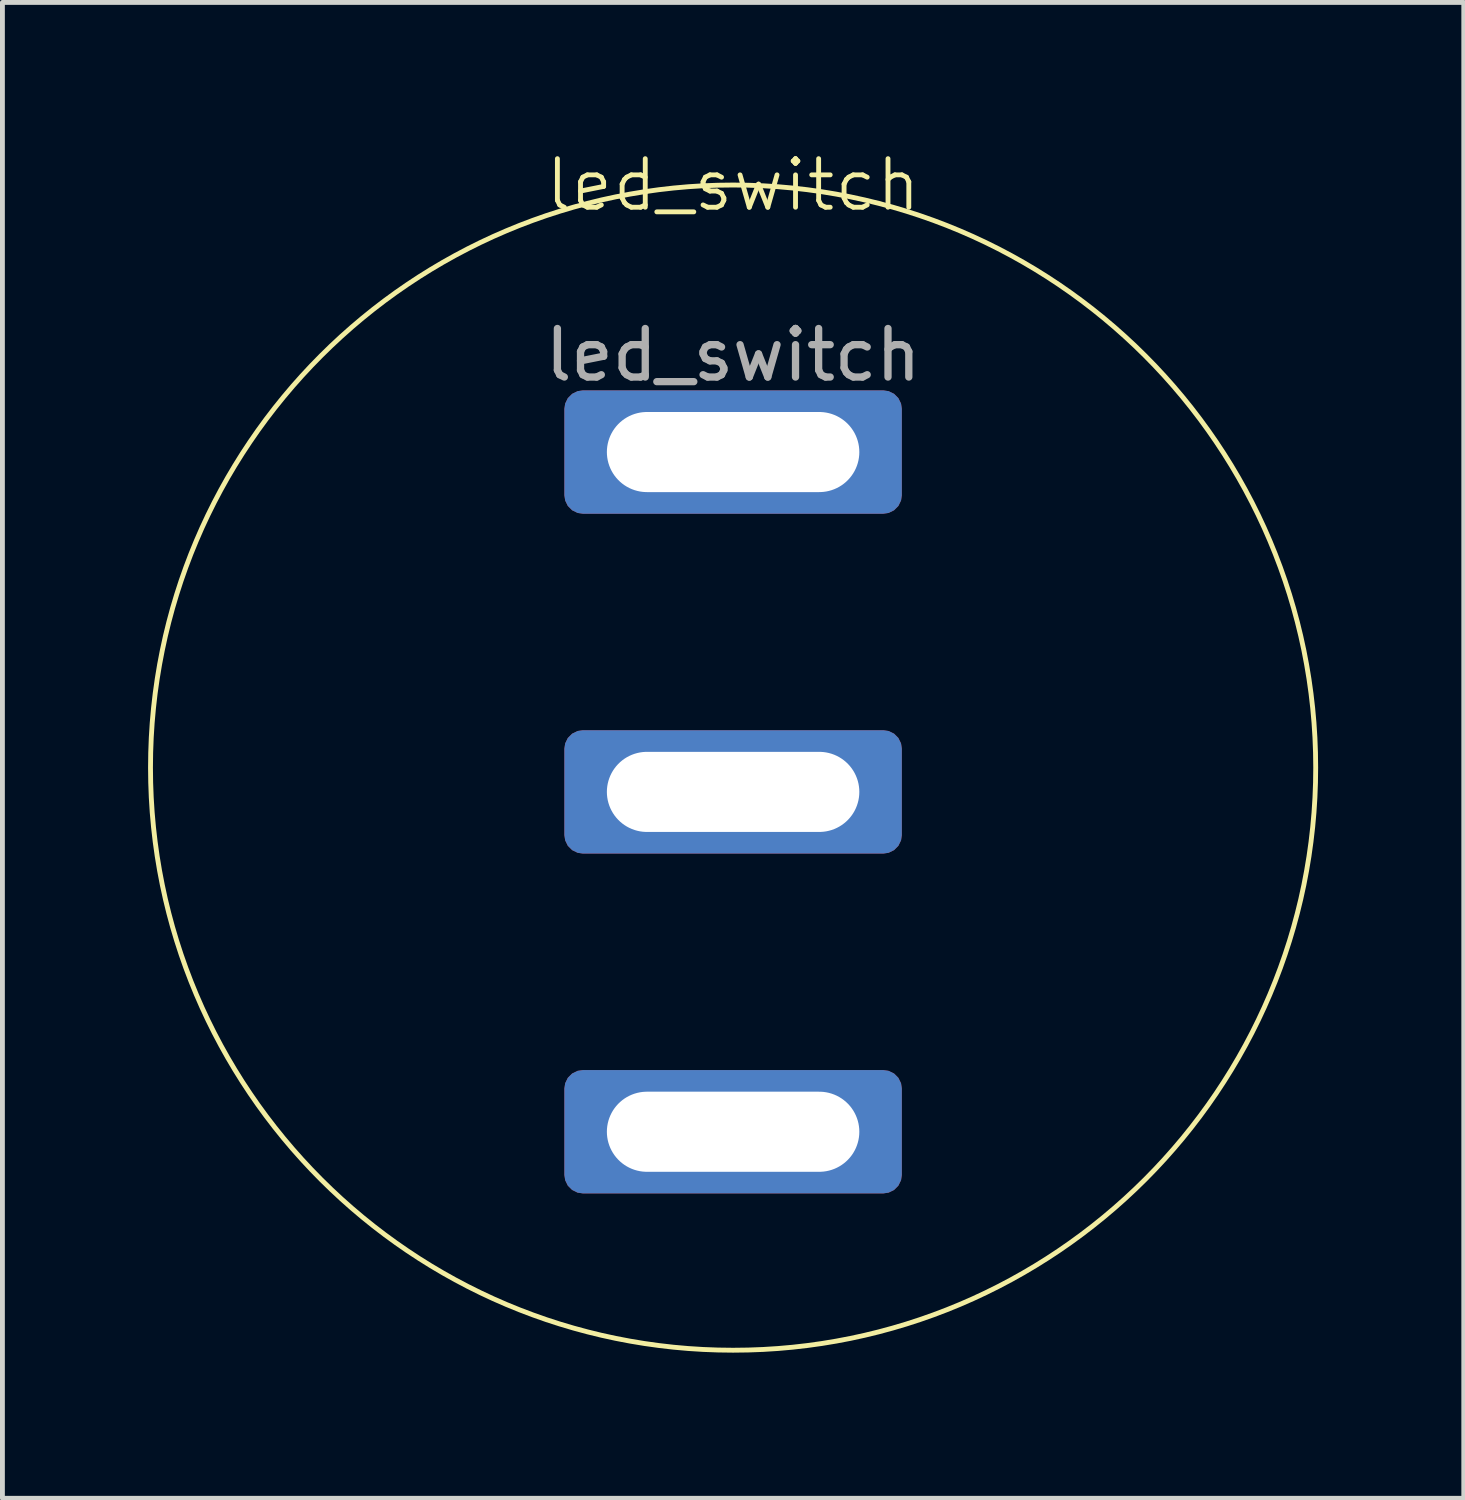
<source format=kicad_pcb>
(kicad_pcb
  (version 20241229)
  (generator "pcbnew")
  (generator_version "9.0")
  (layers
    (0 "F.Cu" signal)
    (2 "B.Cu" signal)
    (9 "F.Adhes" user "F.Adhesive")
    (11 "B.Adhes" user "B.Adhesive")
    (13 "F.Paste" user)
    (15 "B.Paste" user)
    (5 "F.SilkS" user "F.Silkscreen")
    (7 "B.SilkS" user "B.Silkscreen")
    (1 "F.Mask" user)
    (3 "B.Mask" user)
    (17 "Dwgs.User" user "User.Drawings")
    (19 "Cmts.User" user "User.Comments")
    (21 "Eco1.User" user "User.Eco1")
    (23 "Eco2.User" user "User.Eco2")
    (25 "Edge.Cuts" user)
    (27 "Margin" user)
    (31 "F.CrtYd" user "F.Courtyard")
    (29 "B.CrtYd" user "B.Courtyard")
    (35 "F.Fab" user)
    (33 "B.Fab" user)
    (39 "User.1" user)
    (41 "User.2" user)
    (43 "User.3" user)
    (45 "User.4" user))
  (footprint "led_switch"
    (layer "F.Cu")
    (at 12.05 12.761)
    (property "Reference" "led_switch" (at 0 -12 0) (unlocked yes) (layer "F.SilkS") (effects (font (size 1 1) (thickness 0.1))))
    (attr through_hole)
    (fp_circle (center 0 0) (end 12 0) (stroke (width 0.1) (type solid)) (fill no) (layer "F.SilkS"))
    (fp_text user "${REFERENCE}" (at 0 -8.5 0) (unlocked yes) (layer "F.Fab") (effects (font (size 1 1) (thickness 0.15))))
    (pad "1" thru_hole roundrect (at 0 -6.5) (size 6.95 2.54) (drill oval 5.2 1.65) (layers "*.Cu" "*.Mask") (roundrect_rratio 0.15))
    (pad "2" thru_hole roundrect (at 0 0.5) (size 6.95 2.54) (drill oval 5.2 1.65) (layers "*.Cu" "*.Mask") (roundrect_rratio 0.15))
    (pad "3" thru_hole roundrect (at 0 7.5) (size 6.95 2.54) (drill oval 5.2 1.65) (layers "*.Cu" "*.Mask") (roundrect_rratio 0.15)))
  (gr_rect
    (start -3 -3)
    (end 27.1 27.811)
    (stroke (width 0.1) (type default))
    (fill no)
    (layer "Edge.Cuts")))
</source>
